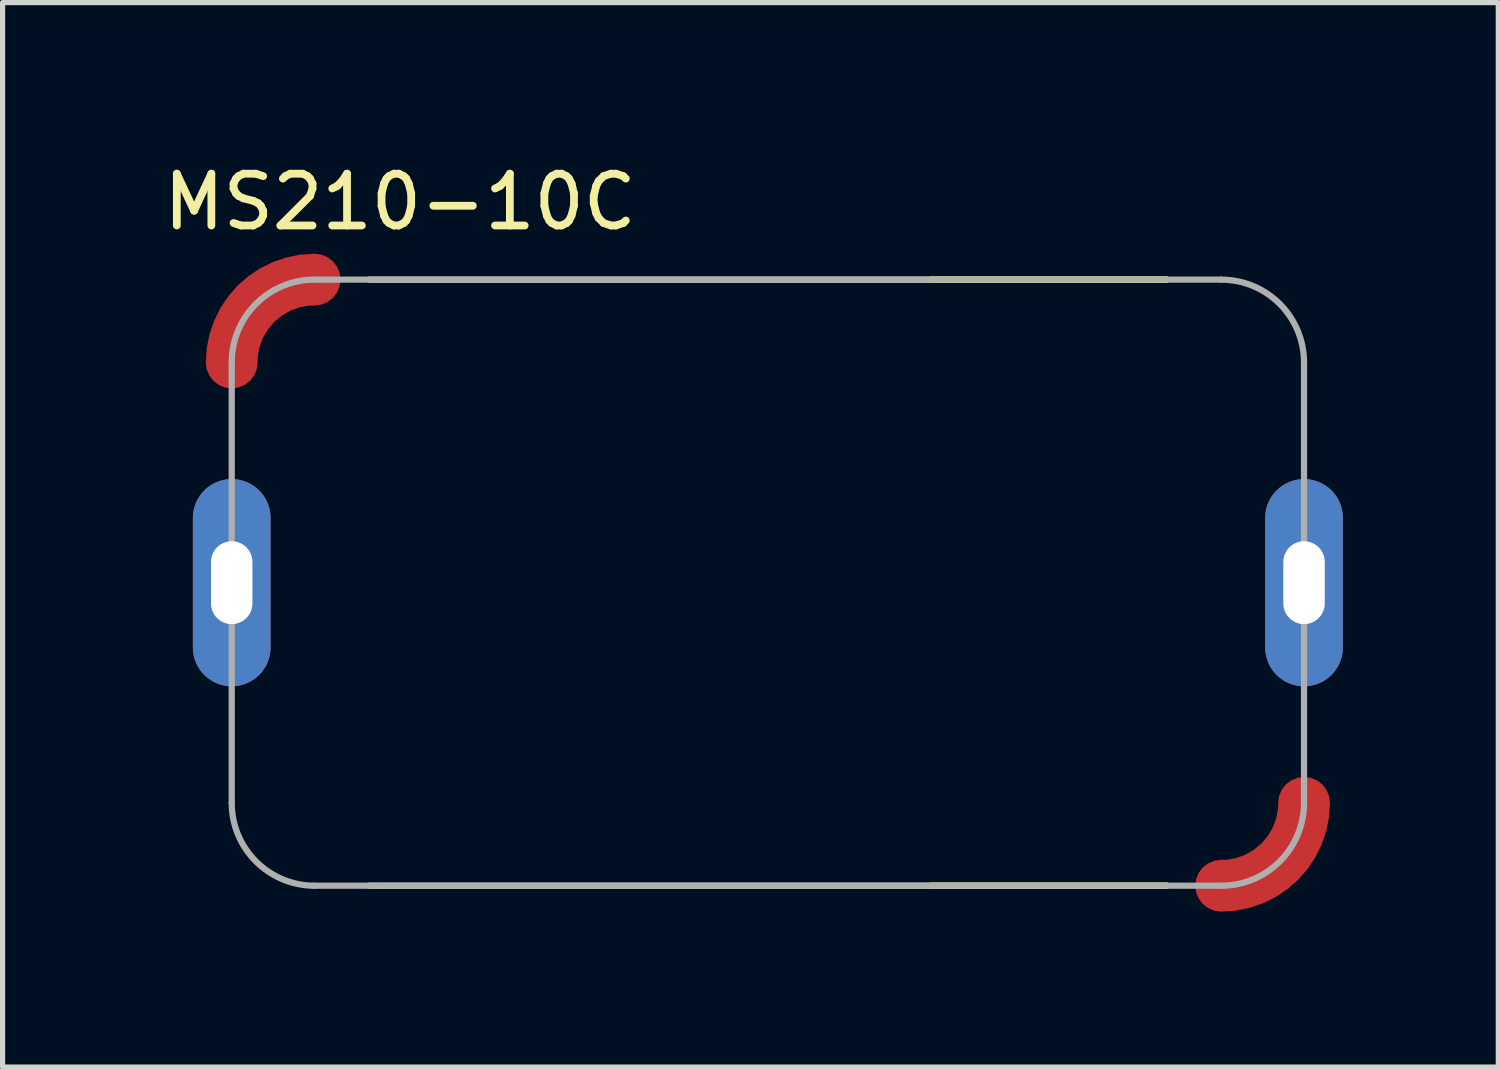
<source format=kicad_pcb>
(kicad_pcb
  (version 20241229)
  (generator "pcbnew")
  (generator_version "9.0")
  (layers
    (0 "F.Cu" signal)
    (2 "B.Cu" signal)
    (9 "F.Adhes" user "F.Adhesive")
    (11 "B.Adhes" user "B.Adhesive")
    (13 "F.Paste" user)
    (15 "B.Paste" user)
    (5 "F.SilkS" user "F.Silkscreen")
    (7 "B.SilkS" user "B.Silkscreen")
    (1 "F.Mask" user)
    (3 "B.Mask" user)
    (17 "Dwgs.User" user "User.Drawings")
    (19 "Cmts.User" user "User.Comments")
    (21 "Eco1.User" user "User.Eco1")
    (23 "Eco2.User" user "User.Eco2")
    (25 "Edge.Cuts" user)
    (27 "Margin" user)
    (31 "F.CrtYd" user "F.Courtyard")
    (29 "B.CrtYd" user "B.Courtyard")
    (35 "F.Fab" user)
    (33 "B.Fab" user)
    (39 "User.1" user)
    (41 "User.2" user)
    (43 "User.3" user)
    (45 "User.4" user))
  (footprint "MS210-10C"
    (layer "F.Cu")
    (at 11.773 8.198)
    (property "Reference" "MS210-10C" (at -7.1 -7.35 0) (layer "F.SilkS") (effects (font (size 1 1) (thickness 0.15))))
    (attr through_hole)
    (fp_arc (start -10.35 -4.25) (mid -9.881371 -5.381371) (end -8.75 -5.85) (stroke (width 1) (type solid)) (layer "F.Mask"))
    (fp_arc (start 10.35 4.25) (mid 9.881371 5.381371) (end 8.75 5.85) (stroke (width 1) (type solid)) (layer "F.Mask"))
    (fp_line (start -7.7 -5.85) (end 7.7 -5.85) (stroke (width 0.12) (type solid)) (layer "F.SilkS"))
    (fp_line (start -7.7 5.85) (end 7.7 5.85) (stroke (width 0.12) (type solid)) (layer "F.SilkS"))
    (fp_line (start 7.7 -5.85) (end 3.15 -5.85) (stroke (width 0.12) (type solid)) (layer "F.SilkS"))
    (fp_line (start 7.7 5.85) (end 3.15 5.85) (stroke (width 0.12) (type solid)) (layer "F.SilkS"))
    (fp_line (start -10.35 -4.25) (end -10.35 4.25) (stroke (width 0.12) (type solid)) (layer "F.Fab"))
    (fp_line (start -8.75 -5.85) (end 8.75 -5.85) (stroke (width 0.12) (type solid)) (layer "F.Fab"))
    (fp_line (start -8.75 5.85) (end 8.75 5.85) (stroke (width 0.12) (type solid)) (layer "F.Fab"))
    (fp_line (start 10.35 4.25) (end 10.35 -4.25) (stroke (width 0.12) (type solid)) (layer "F.Fab"))
    (fp_arc (start -10.35 -4.25) (mid -9.881371 -5.381371) (end -8.75 -5.85) (stroke (width 0.12) (type solid)) (layer "F.Fab"))
    (fp_arc (start -8.75 5.85) (mid -9.881371 5.381371) (end -10.35 4.25) (stroke (width 0.12) (type solid)) (layer "F.Fab"))
    (fp_arc (start 8.75 -5.85) (mid 9.881371 -5.381371) (end 10.35 -4.25) (stroke (width 0.12) (type solid)) (layer "F.Fab"))
    (fp_arc (start 10.35 4.25) (mid 9.881371 5.381371) (end 8.75 5.85) (stroke (width 0.12) (type solid)) (layer "F.Fab"))
    (pad "1" thru_hole oval (at -10.35 0) (size 1.5 4) (drill oval 0.8 1.6) (layers "*.Cu" "*.Mask"))
    (pad "1" smd custom (at -9.881 -5.385) (size 1 1) (layers "F.Cu" "F.Mask" "F.Paste") (options (anchor circle)) (primitives (gr_arc (start -0.4694 1.1348) (mid -0.000771 0.003429) (end 1.1306 -0.4652) (width 1))))
    (pad "1" smd custom (at 9.881 5.385) (size 1 1) (layers "F.Cu" "F.Mask" "F.Paste") (options (anchor circle)) (primitives (gr_arc (start 0.4694 -1.1348) (mid 0.000771 -0.003429) (end -1.1306 0.4652) (width 1))))
    (pad "1" thru_hole oval (at 10.35 0) (size 1.5 4) (drill oval 0.8 1.6) (layers "*.Cu" "*.Mask")))
  (gr_rect
    (start -3 -3)
    (end 25.873 17.548)
    (stroke (width 0.1) (type default))
    (fill no)
    (layer "Edge.Cuts")))
</source>
